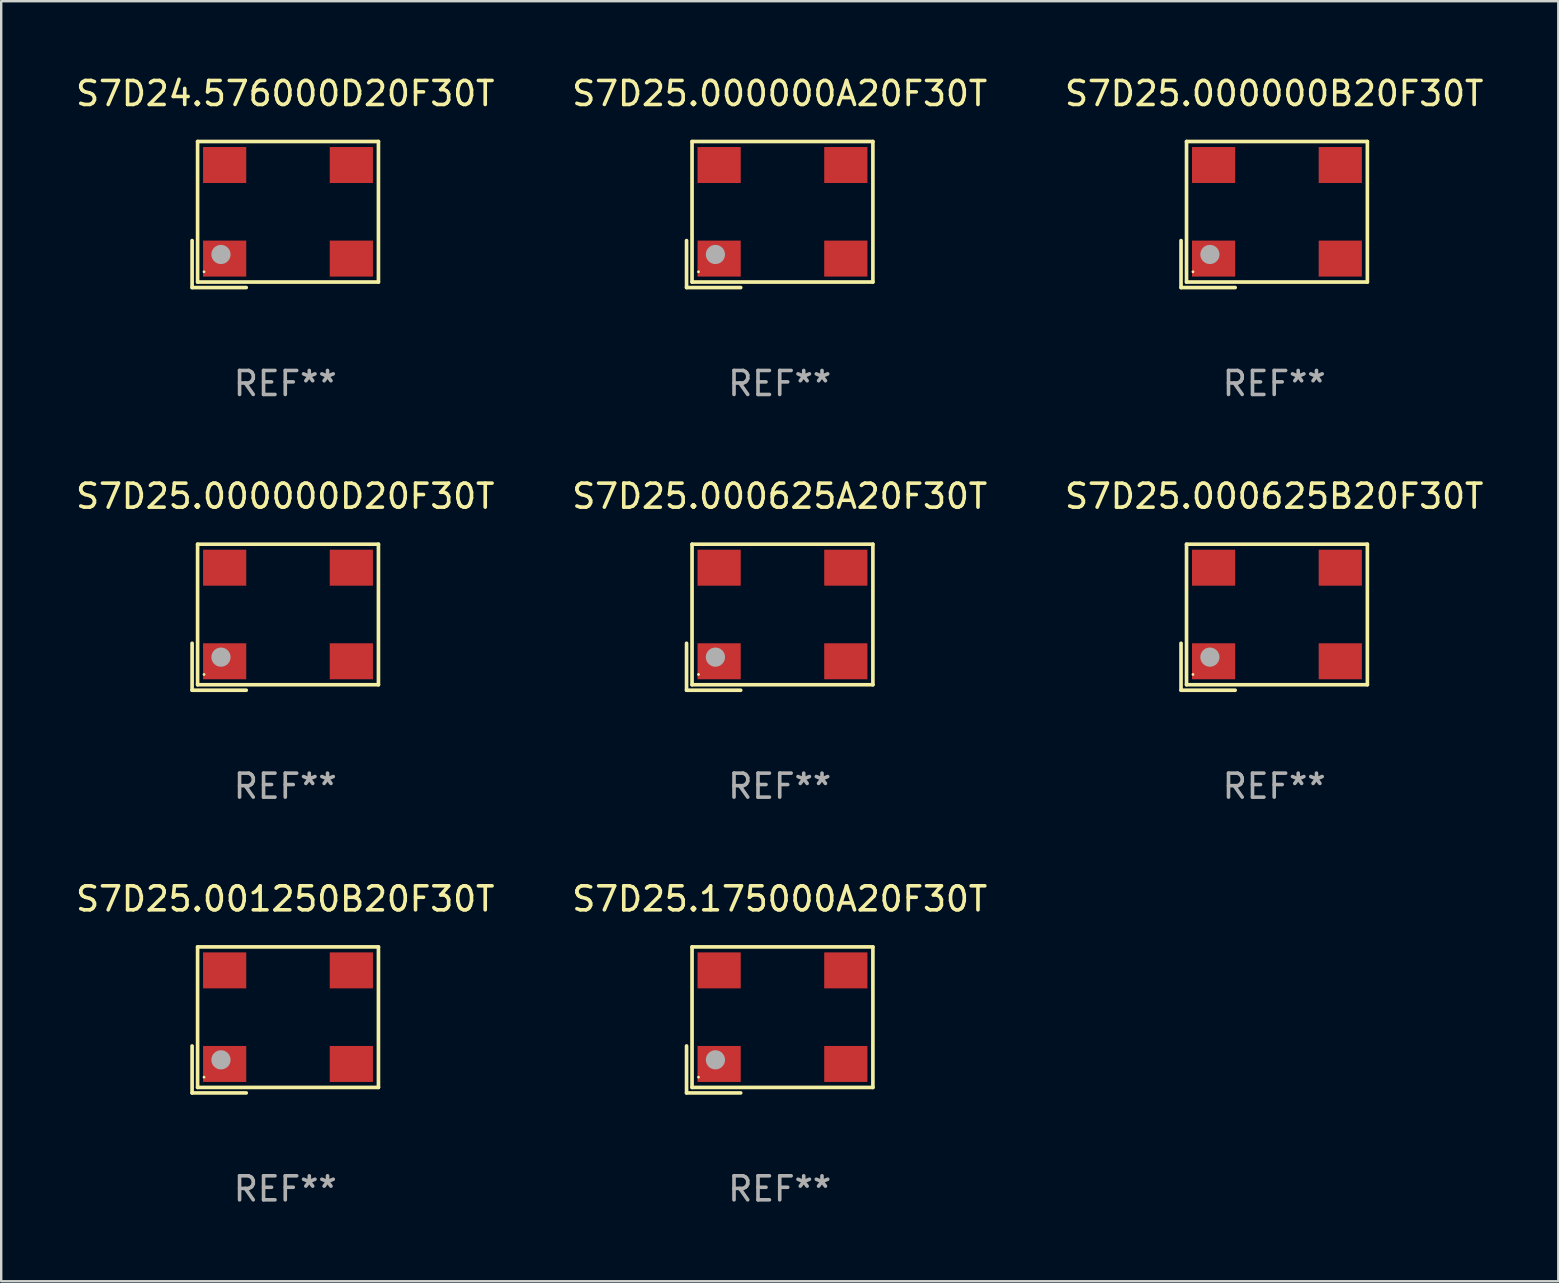
<source format=kicad_pcb>
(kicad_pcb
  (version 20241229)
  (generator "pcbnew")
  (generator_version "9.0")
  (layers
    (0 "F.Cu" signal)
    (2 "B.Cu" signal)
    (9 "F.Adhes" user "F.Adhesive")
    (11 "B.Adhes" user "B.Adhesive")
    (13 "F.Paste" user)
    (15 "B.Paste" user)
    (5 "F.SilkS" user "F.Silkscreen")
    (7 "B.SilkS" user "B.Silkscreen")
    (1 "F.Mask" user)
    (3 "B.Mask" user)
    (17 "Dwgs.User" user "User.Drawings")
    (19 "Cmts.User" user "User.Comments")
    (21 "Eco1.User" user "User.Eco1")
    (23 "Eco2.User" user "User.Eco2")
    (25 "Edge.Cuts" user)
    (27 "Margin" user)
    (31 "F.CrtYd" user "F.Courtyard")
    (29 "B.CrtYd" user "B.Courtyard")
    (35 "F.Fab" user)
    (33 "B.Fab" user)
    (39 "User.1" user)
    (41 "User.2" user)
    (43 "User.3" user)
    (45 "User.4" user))
  (footprint "S7D25.000625A20F30T"
    (layer "F.Cu")
    (at 29.446 22.673)
    (property "Reference" "S7D25.000625A20F30T" (at 0 -5.043 0) (layer "F.SilkS") (effects (font (size 1 1) (thickness 0.15))))
    (attr through_hole)
    (fp_line (start -3.883 1.086) (end -3.883 3.043) (stroke (width 0.152) (type solid)) (layer "F.SilkS"))
    (fp_line (start -3.883 3.043) (end -1.626 3.043) (stroke (width 0.152) (type solid)) (layer "F.SilkS"))
    (fp_line (start -3.654 -3.043) (end 3.883 -3.043) (stroke (width 0.152) (type solid)) (layer "F.SilkS"))
    (fp_line (start -3.654 2.814) (end -3.654 -3.043) (stroke (width 0.152) (type solid)) (layer "F.SilkS"))
    (fp_line (start 3.883 -3.043) (end 3.883 2.814) (stroke (width 0.152) (type solid)) (layer "F.SilkS"))
    (fp_line (start 3.883 2.814) (end -3.654 2.814) (stroke (width 0.152) (type solid)) (layer "F.SilkS"))
    (fp_circle (center -3.386 2.386) (end -3.356 2.386) (stroke (width 0.06) (type solid)) (fill no) (layer "F.SilkS"))
    (fp_circle (center -2.68 1.664) (end -2.48 1.664) (stroke (width 0.4) (type solid)) (fill no) (layer "F.Fab"))
    (fp_text user "REF**" (at 0 7.043 0) (layer "F.Fab") (effects (font (size 1 1) (thickness 0.15))))
    (pad "1" smd rect (at -2.526 1.836) (size 1.8 1.5) (layers "F.Cu" "F.Mask" "F.Paste"))
    (pad "2" smd rect (at 2.754 1.836) (size 1.8 1.5) (layers "F.Cu" "F.Mask" "F.Paste"))
    (pad "3" smd rect (at 2.754 -2.064) (size 1.8 1.5) (layers "F.Cu" "F.Mask" "F.Paste"))
    (pad "4" smd rect (at -2.526 -2.064) (size 1.8 1.5) (layers "F.Cu" "F.Mask" "F.Paste")))
  (footprint "S7D25.000000B20F30T"
    (layer "F.Cu")
    (at 50.054 5.891)
    (property "Reference" "S7D25.000000B20F30T" (at 0 -5.043 0) (layer "F.SilkS") (effects (font (size 1 1) (thickness 0.15))))
    (attr through_hole)
    (fp_line (start -3.883 1.086) (end -3.883 3.043) (stroke (width 0.152) (type solid)) (layer "F.SilkS"))
    (fp_line (start -3.883 3.043) (end -1.626 3.043) (stroke (width 0.152) (type solid)) (layer "F.SilkS"))
    (fp_line (start -3.654 -3.043) (end 3.883 -3.043) (stroke (width 0.152) (type solid)) (layer "F.SilkS"))
    (fp_line (start -3.654 2.814) (end -3.654 -3.043) (stroke (width 0.152) (type solid)) (layer "F.SilkS"))
    (fp_line (start 3.883 -3.043) (end 3.883 2.814) (stroke (width 0.152) (type solid)) (layer "F.SilkS"))
    (fp_line (start 3.883 2.814) (end -3.654 2.814) (stroke (width 0.152) (type solid)) (layer "F.SilkS"))
    (fp_circle (center -3.386 2.386) (end -3.356 2.386) (stroke (width 0.06) (type solid)) (fill no) (layer "F.SilkS"))
    (fp_circle (center -2.68 1.664) (end -2.48 1.664) (stroke (width 0.4) (type solid)) (fill no) (layer "F.Fab"))
    (fp_text user "REF**" (at 0 7.043 0) (layer "F.Fab") (effects (font (size 1 1) (thickness 0.15))))
    (pad "1" smd rect (at -2.526 1.836) (size 1.8 1.5) (layers "F.Cu" "F.Mask" "F.Paste"))
    (pad "2" smd rect (at 2.754 1.836) (size 1.8 1.5) (layers "F.Cu" "F.Mask" "F.Paste"))
    (pad "3" smd rect (at 2.754 -2.064) (size 1.8 1.5) (layers "F.Cu" "F.Mask" "F.Paste"))
    (pad "4" smd rect (at -2.526 -2.064) (size 1.8 1.5) (layers "F.Cu" "F.Mask" "F.Paste")))
  (footprint "S7D25.000000A20F30T"
    (layer "F.Cu")
    (at 29.446 5.891)
    (property "Reference" "S7D25.000000A20F30T" (at 0 -5.043 0) (layer "F.SilkS") (effects (font (size 1 1) (thickness 0.15))))
    (attr through_hole)
    (fp_line (start -3.883 1.086) (end -3.883 3.043) (stroke (width 0.152) (type solid)) (layer "F.SilkS"))
    (fp_line (start -3.883 3.043) (end -1.626 3.043) (stroke (width 0.152) (type solid)) (layer "F.SilkS"))
    (fp_line (start -3.654 -3.043) (end 3.883 -3.043) (stroke (width 0.152) (type solid)) (layer "F.SilkS"))
    (fp_line (start -3.654 2.814) (end -3.654 -3.043) (stroke (width 0.152) (type solid)) (layer "F.SilkS"))
    (fp_line (start 3.883 -3.043) (end 3.883 2.814) (stroke (width 0.152) (type solid)) (layer "F.SilkS"))
    (fp_line (start 3.883 2.814) (end -3.654 2.814) (stroke (width 0.152) (type solid)) (layer "F.SilkS"))
    (fp_circle (center -3.386 2.386) (end -3.356 2.386) (stroke (width 0.06) (type solid)) (fill no) (layer "F.SilkS"))
    (fp_circle (center -2.68 1.664) (end -2.48 1.664) (stroke (width 0.4) (type solid)) (fill no) (layer "F.Fab"))
    (fp_text user "REF**" (at 0 7.043 0) (layer "F.Fab") (effects (font (size 1 1) (thickness 0.15))))
    (pad "1" smd rect (at -2.526 1.836) (size 1.8 1.5) (layers "F.Cu" "F.Mask" "F.Paste"))
    (pad "2" smd rect (at 2.754 1.836) (size 1.8 1.5) (layers "F.Cu" "F.Mask" "F.Paste"))
    (pad "3" smd rect (at 2.754 -2.064) (size 1.8 1.5) (layers "F.Cu" "F.Mask" "F.Paste"))
    (pad "4" smd rect (at -2.526 -2.064) (size 1.8 1.5) (layers "F.Cu" "F.Mask" "F.Paste")))
  (footprint "S7D25.000000D20F30T"
    (layer "F.Cu")
    (at 8.839 22.673)
    (property "Reference" "S7D25.000000D20F30T" (at 0 -5.043 0) (layer "F.SilkS") (effects (font (size 1 1) (thickness 0.15))))
    (attr through_hole)
    (fp_line (start -3.883 1.086) (end -3.883 3.043) (stroke (width 0.152) (type solid)) (layer "F.SilkS"))
    (fp_line (start -3.883 3.043) (end -1.626 3.043) (stroke (width 0.152) (type solid)) (layer "F.SilkS"))
    (fp_line (start -3.654 -3.043) (end 3.883 -3.043) (stroke (width 0.152) (type solid)) (layer "F.SilkS"))
    (fp_line (start -3.654 2.814) (end -3.654 -3.043) (stroke (width 0.152) (type solid)) (layer "F.SilkS"))
    (fp_line (start 3.883 -3.043) (end 3.883 2.814) (stroke (width 0.152) (type solid)) (layer "F.SilkS"))
    (fp_line (start 3.883 2.814) (end -3.654 2.814) (stroke (width 0.152) (type solid)) (layer "F.SilkS"))
    (fp_circle (center -3.386 2.386) (end -3.356 2.386) (stroke (width 0.06) (type solid)) (fill no) (layer "F.SilkS"))
    (fp_circle (center -2.68 1.664) (end -2.48 1.664) (stroke (width 0.4) (type solid)) (fill no) (layer "F.Fab"))
    (fp_text user "REF**" (at 0 7.043 0) (layer "F.Fab") (effects (font (size 1 1) (thickness 0.15))))
    (pad "1" smd rect (at -2.526 1.836) (size 1.8 1.5) (layers "F.Cu" "F.Mask" "F.Paste"))
    (pad "2" smd rect (at 2.754 1.836) (size 1.8 1.5) (layers "F.Cu" "F.Mask" "F.Paste"))
    (pad "3" smd rect (at 2.754 -2.064) (size 1.8 1.5) (layers "F.Cu" "F.Mask" "F.Paste"))
    (pad "4" smd rect (at -2.526 -2.064) (size 1.8 1.5) (layers "F.Cu" "F.Mask" "F.Paste")))
  (footprint "S7D25.000625B20F30T"
    (layer "F.Cu")
    (at 50.054 22.673)
    (property "Reference" "S7D25.000625B20F30T" (at 0 -5.043 0) (layer "F.SilkS") (effects (font (size 1 1) (thickness 0.15))))
    (attr through_hole)
    (fp_line (start -3.883 1.086) (end -3.883 3.043) (stroke (width 0.152) (type solid)) (layer "F.SilkS"))
    (fp_line (start -3.883 3.043) (end -1.626 3.043) (stroke (width 0.152) (type solid)) (layer "F.SilkS"))
    (fp_line (start -3.654 -3.043) (end 3.883 -3.043) (stroke (width 0.152) (type solid)) (layer "F.SilkS"))
    (fp_line (start -3.654 2.814) (end -3.654 -3.043) (stroke (width 0.152) (type solid)) (layer "F.SilkS"))
    (fp_line (start 3.883 -3.043) (end 3.883 2.814) (stroke (width 0.152) (type solid)) (layer "F.SilkS"))
    (fp_line (start 3.883 2.814) (end -3.654 2.814) (stroke (width 0.152) (type solid)) (layer "F.SilkS"))
    (fp_circle (center -3.386 2.386) (end -3.356 2.386) (stroke (width 0.06) (type solid)) (fill no) (layer "F.SilkS"))
    (fp_circle (center -2.68 1.664) (end -2.48 1.664) (stroke (width 0.4) (type solid)) (fill no) (layer "F.Fab"))
    (fp_text user "REF**" (at 0 7.043 0) (layer "F.Fab") (effects (font (size 1 1) (thickness 0.15))))
    (pad "1" smd rect (at -2.526 1.836) (size 1.8 1.5) (layers "F.Cu" "F.Mask" "F.Paste"))
    (pad "2" smd rect (at 2.754 1.836) (size 1.8 1.5) (layers "F.Cu" "F.Mask" "F.Paste"))
    (pad "3" smd rect (at 2.754 -2.064) (size 1.8 1.5) (layers "F.Cu" "F.Mask" "F.Paste"))
    (pad "4" smd rect (at -2.526 -2.064) (size 1.8 1.5) (layers "F.Cu" "F.Mask" "F.Paste")))
  (footprint "S7D24.576000D20F30T"
    (layer "F.Cu")
    (at 8.839 5.891)
    (property "Reference" "S7D24.576000D20F30T" (at 0 -5.043 0) (layer "F.SilkS") (effects (font (size 1 1) (thickness 0.15))))
    (attr through_hole)
    (fp_line (start -3.883 1.086) (end -3.883 3.043) (stroke (width 0.152) (type solid)) (layer "F.SilkS"))
    (fp_line (start -3.883 3.043) (end -1.626 3.043) (stroke (width 0.152) (type solid)) (layer "F.SilkS"))
    (fp_line (start -3.654 -3.043) (end 3.883 -3.043) (stroke (width 0.152) (type solid)) (layer "F.SilkS"))
    (fp_line (start -3.654 2.814) (end -3.654 -3.043) (stroke (width 0.152) (type solid)) (layer "F.SilkS"))
    (fp_line (start 3.883 -3.043) (end 3.883 2.814) (stroke (width 0.152) (type solid)) (layer "F.SilkS"))
    (fp_line (start 3.883 2.814) (end -3.654 2.814) (stroke (width 0.152) (type solid)) (layer "F.SilkS"))
    (fp_circle (center -3.386 2.386) (end -3.356 2.386) (stroke (width 0.06) (type solid)) (fill no) (layer "F.SilkS"))
    (fp_circle (center -2.68 1.664) (end -2.48 1.664) (stroke (width 0.4) (type solid)) (fill no) (layer "F.Fab"))
    (fp_text user "REF**" (at 0 7.043 0) (layer "F.Fab") (effects (font (size 1 1) (thickness 0.15))))
    (pad "1" smd rect (at -2.526 1.836) (size 1.8 1.5) (layers "F.Cu" "F.Mask" "F.Paste"))
    (pad "2" smd rect (at 2.754 1.836) (size 1.8 1.5) (layers "F.Cu" "F.Mask" "F.Paste"))
    (pad "3" smd rect (at 2.754 -2.064) (size 1.8 1.5) (layers "F.Cu" "F.Mask" "F.Paste"))
    (pad "4" smd rect (at -2.526 -2.064) (size 1.8 1.5) (layers "F.Cu" "F.Mask" "F.Paste")))
  (footprint "S7D25.175000A20F30T"
    (layer "F.Cu")
    (at 29.446 39.456)
    (property "Reference" "S7D25.175000A20F30T" (at 0 -5.043 0) (layer "F.SilkS") (effects (font (size 1 1) (thickness 0.15))))
    (attr through_hole)
    (fp_line (start -3.883 1.086) (end -3.883 3.043) (stroke (width 0.152) (type solid)) (layer "F.SilkS"))
    (fp_line (start -3.883 3.043) (end -1.626 3.043) (stroke (width 0.152) (type solid)) (layer "F.SilkS"))
    (fp_line (start -3.654 -3.043) (end 3.883 -3.043) (stroke (width 0.152) (type solid)) (layer "F.SilkS"))
    (fp_line (start -3.654 2.814) (end -3.654 -3.043) (stroke (width 0.152) (type solid)) (layer "F.SilkS"))
    (fp_line (start 3.883 -3.043) (end 3.883 2.814) (stroke (width 0.152) (type solid)) (layer "F.SilkS"))
    (fp_line (start 3.883 2.814) (end -3.654 2.814) (stroke (width 0.152) (type solid)) (layer "F.SilkS"))
    (fp_circle (center -3.386 2.386) (end -3.356 2.386) (stroke (width 0.06) (type solid)) (fill no) (layer "F.SilkS"))
    (fp_circle (center -2.68 1.664) (end -2.48 1.664) (stroke (width 0.4) (type solid)) (fill no) (layer "F.Fab"))
    (fp_text user "REF**" (at 0 7.043 0) (layer "F.Fab") (effects (font (size 1 1) (thickness 0.15))))
    (pad "1" smd rect (at -2.526 1.836) (size 1.8 1.5) (layers "F.Cu" "F.Mask" "F.Paste"))
    (pad "2" smd rect (at 2.754 1.836) (size 1.8 1.5) (layers "F.Cu" "F.Mask" "F.Paste"))
    (pad "3" smd rect (at 2.754 -2.064) (size 1.8 1.5) (layers "F.Cu" "F.Mask" "F.Paste"))
    (pad "4" smd rect (at -2.526 -2.064) (size 1.8 1.5) (layers "F.Cu" "F.Mask" "F.Paste")))
  (footprint "S7D25.001250B20F30T"
    (layer "F.Cu")
    (at 8.839 39.456)
    (property "Reference" "S7D25.001250B20F30T" (at 0 -5.043 0) (layer "F.SilkS") (effects (font (size 1 1) (thickness 0.15))))
    (attr through_hole)
    (fp_line (start -3.883 1.086) (end -3.883 3.043) (stroke (width 0.152) (type solid)) (layer "F.SilkS"))
    (fp_line (start -3.883 3.043) (end -1.626 3.043) (stroke (width 0.152) (type solid)) (layer "F.SilkS"))
    (fp_line (start -3.654 -3.043) (end 3.883 -3.043) (stroke (width 0.152) (type solid)) (layer "F.SilkS"))
    (fp_line (start -3.654 2.814) (end -3.654 -3.043) (stroke (width 0.152) (type solid)) (layer "F.SilkS"))
    (fp_line (start 3.883 -3.043) (end 3.883 2.814) (stroke (width 0.152) (type solid)) (layer "F.SilkS"))
    (fp_line (start 3.883 2.814) (end -3.654 2.814) (stroke (width 0.152) (type solid)) (layer "F.SilkS"))
    (fp_circle (center -3.386 2.386) (end -3.356 2.386) (stroke (width 0.06) (type solid)) (fill no) (layer "F.SilkS"))
    (fp_circle (center -2.68 1.664) (end -2.48 1.664) (stroke (width 0.4) (type solid)) (fill no) (layer "F.Fab"))
    (fp_text user "REF**" (at 0 7.043 0) (layer "F.Fab") (effects (font (size 1 1) (thickness 0.15))))
    (pad "1" smd rect (at -2.526 1.836) (size 1.8 1.5) (layers "F.Cu" "F.Mask" "F.Paste"))
    (pad "2" smd rect (at 2.754 1.836) (size 1.8 1.5) (layers "F.Cu" "F.Mask" "F.Paste"))
    (pad "3" smd rect (at 2.754 -2.064) (size 1.8 1.5) (layers "F.Cu" "F.Mask" "F.Paste"))
    (pad "4" smd rect (at -2.526 -2.064) (size 1.8 1.5) (layers "F.Cu" "F.Mask" "F.Paste")))
  (gr_rect
    (start -3 -3)
    (end 61.893 50.347)
    (stroke (width 0.1) (type default))
    (fill no)
    (layer "Edge.Cuts")))
</source>
